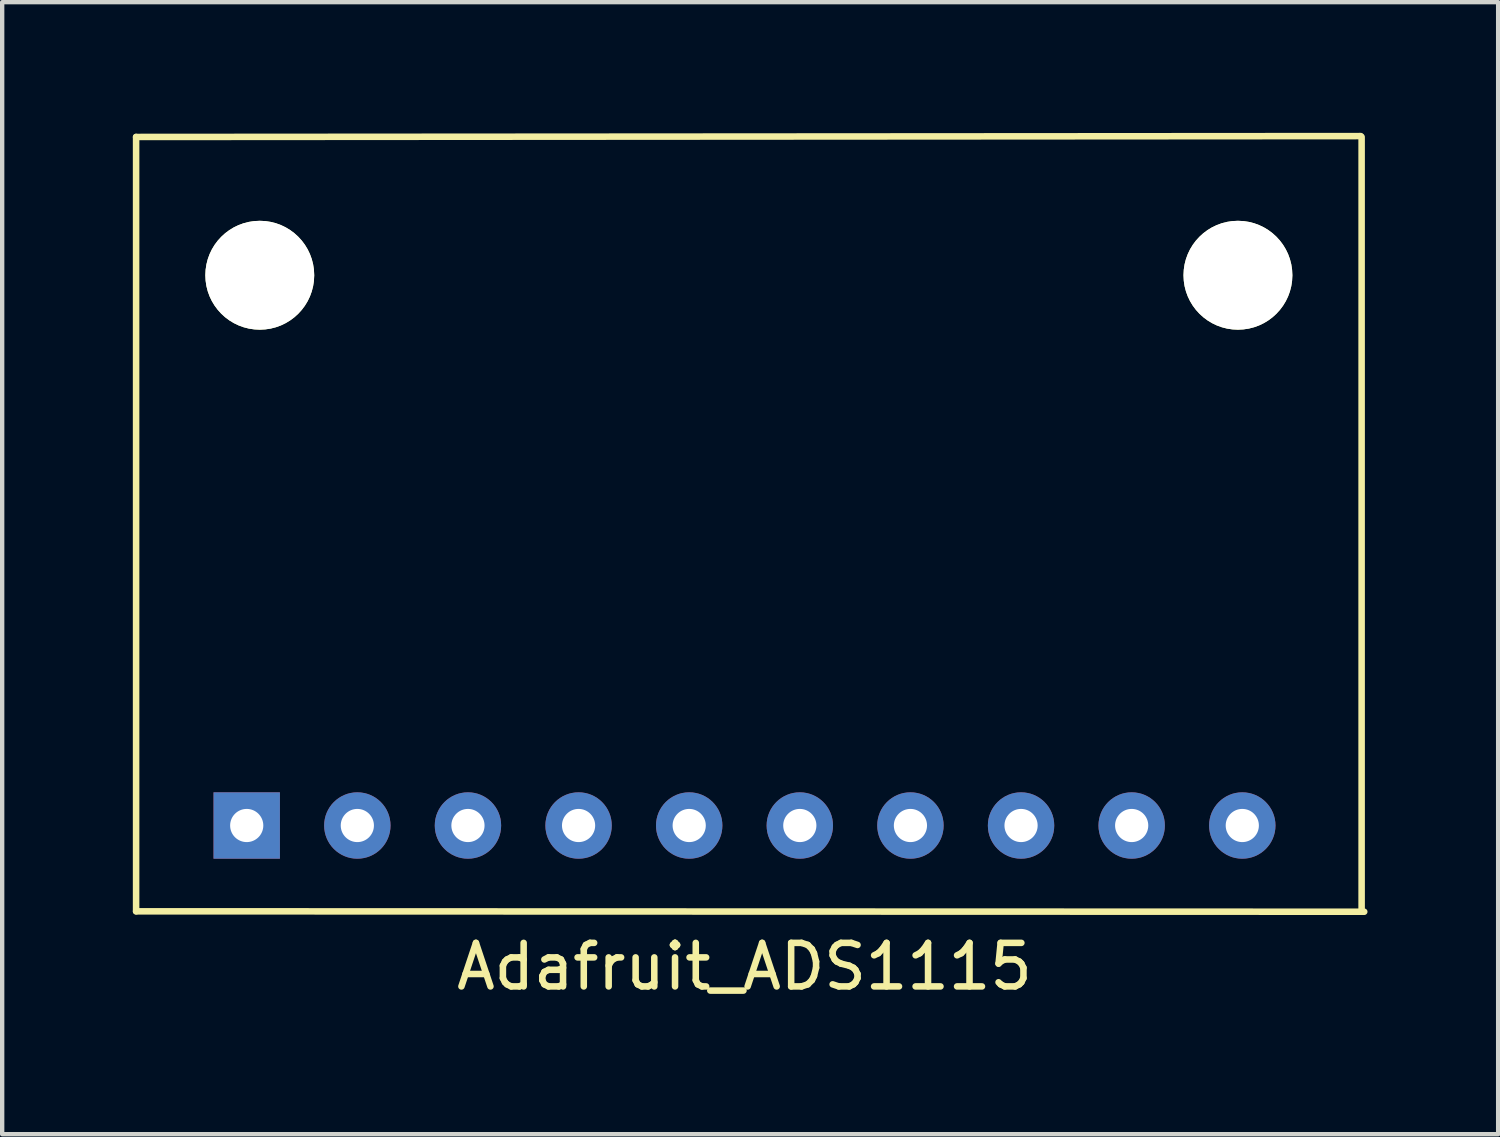
<source format=kicad_pcb>
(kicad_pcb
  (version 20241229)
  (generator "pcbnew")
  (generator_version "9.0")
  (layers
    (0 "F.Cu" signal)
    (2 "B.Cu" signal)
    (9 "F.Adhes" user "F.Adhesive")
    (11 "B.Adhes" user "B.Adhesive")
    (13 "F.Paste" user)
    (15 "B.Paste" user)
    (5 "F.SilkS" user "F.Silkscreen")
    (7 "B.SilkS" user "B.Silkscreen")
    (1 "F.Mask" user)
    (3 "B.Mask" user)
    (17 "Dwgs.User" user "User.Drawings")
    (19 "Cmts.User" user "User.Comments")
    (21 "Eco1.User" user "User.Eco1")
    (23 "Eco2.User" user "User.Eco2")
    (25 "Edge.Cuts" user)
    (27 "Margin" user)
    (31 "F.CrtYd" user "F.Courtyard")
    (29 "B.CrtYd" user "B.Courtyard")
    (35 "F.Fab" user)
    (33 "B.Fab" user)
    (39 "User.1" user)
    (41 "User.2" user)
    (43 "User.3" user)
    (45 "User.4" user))
  (footprint "Adafruit_ADS1115"
    (layer "F.Cu")
    (at 14.045 8.985)
    (property "Reference" "Adafruit_ADS1115" (at 0 10.16 0) (layer "F.SilkS") (effects (font (size 1 1) (thickness 0.15))))
    (attr through_hole)
    (fp_line (start -13.97 -8.89) (end 14.15 -8.91) (stroke (width 0.15) (type solid)) (layer "F.SilkS"))
    (fp_line (start -13.97 8.89) (end -13.97 -8.89) (stroke (width 0.15) (type solid)) (layer "F.SilkS"))
    (fp_line (start 14.17 -8.89) (end 14.17 8.89) (stroke (width 0.15) (type solid)) (layer "F.SilkS"))
    (fp_line (start 14.23 8.9) (end -13.97 8.89) (stroke (width 0.15) (type solid)) (layer "F.SilkS"))
    (pad "" np_thru_hole circle (at -11.13 -5.715) (size 2.5 2.5) (drill 2.5) (layers "*.Cu" "*.Mask" "F.SilkS"))
    (pad "" np_thru_hole circle (at 11.33 -5.715) (size 2.5 2.5) (drill 2.5) (layers "*.Cu" "*.Mask" "F.SilkS"))
    (pad "1" thru_hole rect (at -11.43 6.92) (size 1.524 1.524) (drill 0.762) (layers "*.Cu" "*.Mask"))
    (pad "2" thru_hole circle (at -8.89 6.92) (size 1.524 1.524) (drill 0.762) (layers "*.Cu" "*.Mask"))
    (pad "3" thru_hole circle (at -6.35 6.92) (size 1.524 1.524) (drill 0.762) (layers "*.Cu" "*.Mask"))
    (pad "4" thru_hole circle (at -3.81 6.92) (size 1.524 1.524) (drill 0.762) (layers "*.Cu" "*.Mask"))
    (pad "5" thru_hole circle (at -1.27 6.92) (size 1.524 1.524) (drill 0.762) (layers "*.Cu" "*.Mask"))
    (pad "6" thru_hole circle (at 1.27 6.92) (size 1.524 1.524) (drill 0.762) (layers "*.Cu" "*.Mask"))
    (pad "7" thru_hole circle (at 3.81 6.92) (size 1.524 1.524) (drill 0.762) (layers "*.Cu" "*.Mask"))
    (pad "8" thru_hole circle (at 6.35 6.92) (size 1.524 1.524) (drill 0.762) (layers "*.Cu" "*.Mask"))
    (pad "9" thru_hole circle (at 8.89 6.92) (size 1.524 1.524) (drill 0.762) (layers "*.Cu" "*.Mask"))
    (pad "10" thru_hole circle (at 11.43 6.92) (size 1.524 1.524) (drill 0.762) (layers "*.Cu" "*.Mask")))
  (gr_rect
    (start -3 -3)
    (end 31.35 22.993)
    (stroke (width 0.1) (type default))
    (fill no)
    (layer "Edge.Cuts")))
</source>
